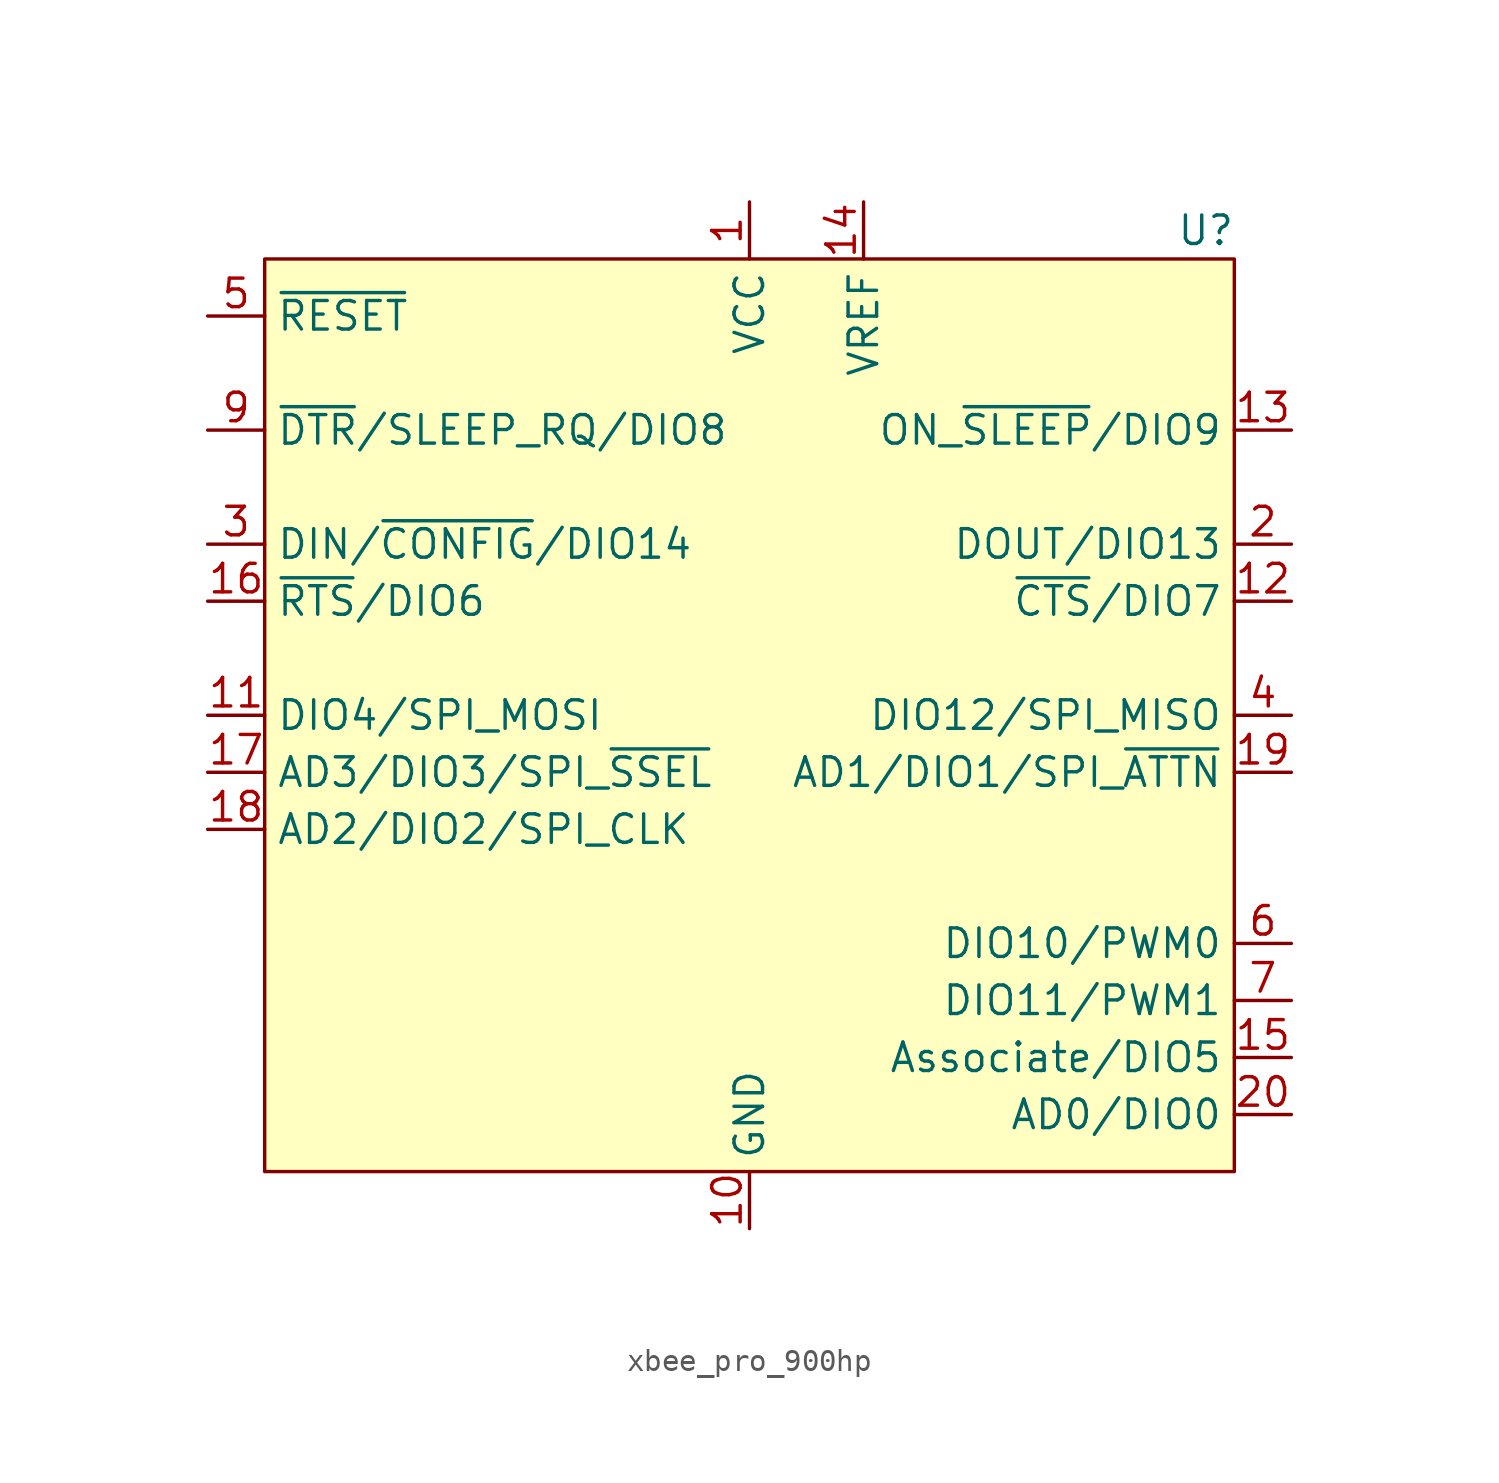
<source format=kicad_sym>
(kicad_symbol_lib
  (version 20231120)
  (generator "kicad_symbol_editor")
  (generator_version "8.0")
  (symbol "xbee_pro_900hp"
    (property "Reference" "U"
      (at 20.32 21.59 0)
      (effects (font (size 1.27 1.27))))
    (property "Value" ""
      (at 0 0 0)
      (effects (font (size 1.27 1.27))))
    (symbol "xbee_pro_900hp_0_0"
      (pin power_in line (at 0 22.86 270) (length 2.54) (name "VCC" (effects (font (size 1.27 1.27)))) (number "1" (effects (font (size 1.27 1.27)))))
      (pin power_in line (at 0 -22.86 90) (length 2.54) (name "GND" (effects (font (size 1.27 1.27)))) (number "10" (effects (font (size 1.27 1.27)))))
      (pin bidirectional line (at -24.13 0 0) (length 2.54) (name "DIO4/SPI_MOSI" (effects (font (size 1.27 1.27)))) (number "11" (effects (font (size 1.27 1.27)))))
      (pin bidirectional line (at 24.13 5.08 180) (length 2.54) (name "~{CTS}/DIO7" (effects (font (size 1.27 1.27)))) (number "12" (effects (font (size 1.27 1.27)))))
      (pin output line (at 24.13 12.7 180) (length 2.54) (name "ON_~{SLEEP}/DIO9" (effects (font (size 1.27 1.27)))) (number "13" (effects (font (size 1.27 1.27)))))
      (pin input line (at 5.08 22.86 270) (length 2.54) (name "VREF" (effects (font (size 1.27 1.27)))) (number "14" (effects (font (size 1.27 1.27)))))
      (pin bidirectional line (at 24.13 -15.24 180) (length 2.54) (name "Associate/DIO5" (effects (font (size 1.27 1.27)))) (number "15" (effects (font (size 1.27 1.27)))))
      (pin bidirectional line (at -24.13 5.08 0) (length 2.54) (name "~{RTS}/DIO6" (effects (font (size 1.27 1.27)))) (number "16" (effects (font (size 1.27 1.27)))))
      (pin bidirectional line (at -24.13 -2.54 0) (length 2.54) (name "AD3/DIO3/SPI_~{SSEL}" (effects (font (size 1.27 1.27)))) (number "17" (effects (font (size 1.27 1.27)))))
      (pin bidirectional line (at -24.13 -5.08 0) (length 2.54) (name "AD2/DIO2/SPI_CLK" (effects (font (size 1.27 1.27)))) (number "18" (effects (font (size 1.27 1.27)))))
      (pin bidirectional line (at 24.13 -2.54 180) (length 2.54) (name "AD1/DIO1/SPI_~{ATTN}" (effects (font (size 1.27 1.27)))) (number "19" (effects (font (size 1.27 1.27)))))
      (pin bidirectional line (at 24.13 7.62 180) (length 2.54) (name "DOUT/DIO13" (effects (font (size 1.27 1.27)))) (number "2" (effects (font (size 1.27 1.27)))))
      (pin bidirectional line (at 24.13 -17.78 180) (length 2.54) (name "AD0/DIO0" (effects (font (size 1.27 1.27)))) (number "20" (effects (font (size 1.27 1.27)))))
      (pin bidirectional line (at -24.13 7.62 0) (length 2.54) (name "DIN/~{CONFIG}/DIO14" (effects (font (size 1.27 1.27)))) (number "3" (effects (font (size 1.27 1.27)))))
      (pin bidirectional line (at 24.13 0 180) (length 2.54) (name "DIO12/SPI_MISO" (effects (font (size 1.27 1.27)))) (number "4" (effects (font (size 1.27 1.27)))))
      (pin input line (at -24.13 17.78 0) (length 2.54) (name "~{RESET}" (effects (font (size 1.27 1.27)))) (number "5" (effects (font (size 1.27 1.27)))))
      (pin bidirectional line (at 24.13 -10.16 180) (length 2.54) (name "DIO10/PWM0" (effects (font (size 1.27 1.27)))) (number "6" (effects (font (size 1.27 1.27)))))
      (pin bidirectional line (at 24.13 -12.7 180) (length 2.54) (name "DIO11/PWM1" (effects (font (size 1.27 1.27)))) (number "7" (effects (font (size 1.27 1.27)))))
      (pin bidirectional line (at -24.13 12.7 0) (length 2.54) (name "~{DTR}/SLEEP_RQ/DIO8" (effects (font (size 1.27 1.27)))) (number "9" (effects (font (size 1.27 1.27))))))
    (symbol "xbee_pro_900hp_1_0"
      (pin no_connect line (at 0 -22.86 90) (length 2.54) hide (name "Reserved" (effects (font (size 1.27 1.27)))) (number "8" (effects (font (size 1.27 1.27))))))
    (symbol "xbee_pro_900hp_1_1"
      (rectangle (start -21.59 20.32) (end 21.59 -20.32) (stroke (width 0) (type default)) (fill (type background))))))
</source>
